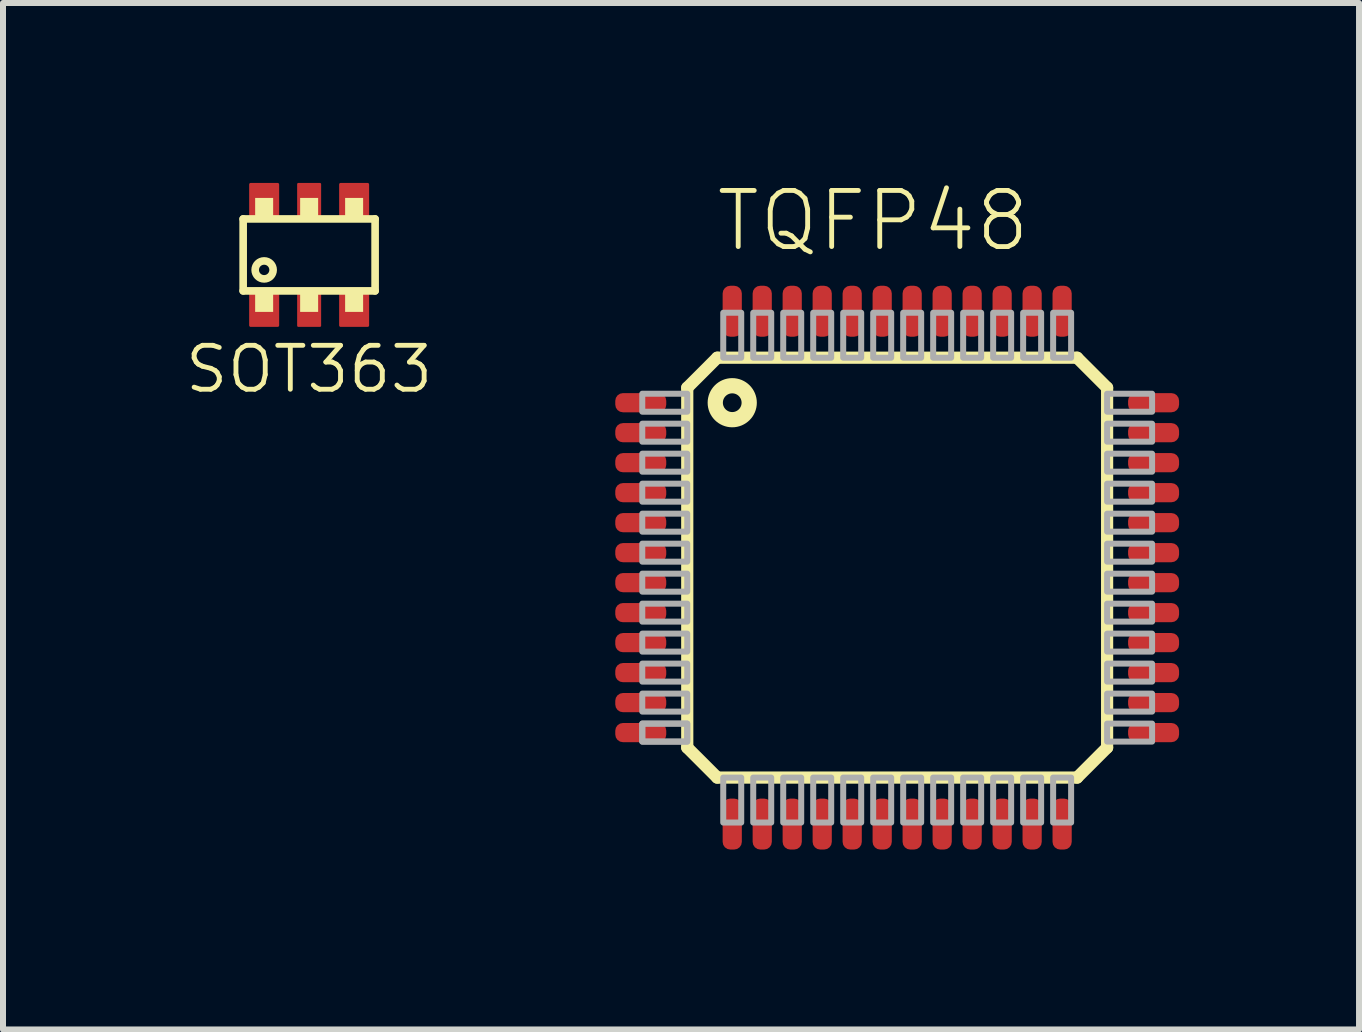
<source format=kicad_pcb>
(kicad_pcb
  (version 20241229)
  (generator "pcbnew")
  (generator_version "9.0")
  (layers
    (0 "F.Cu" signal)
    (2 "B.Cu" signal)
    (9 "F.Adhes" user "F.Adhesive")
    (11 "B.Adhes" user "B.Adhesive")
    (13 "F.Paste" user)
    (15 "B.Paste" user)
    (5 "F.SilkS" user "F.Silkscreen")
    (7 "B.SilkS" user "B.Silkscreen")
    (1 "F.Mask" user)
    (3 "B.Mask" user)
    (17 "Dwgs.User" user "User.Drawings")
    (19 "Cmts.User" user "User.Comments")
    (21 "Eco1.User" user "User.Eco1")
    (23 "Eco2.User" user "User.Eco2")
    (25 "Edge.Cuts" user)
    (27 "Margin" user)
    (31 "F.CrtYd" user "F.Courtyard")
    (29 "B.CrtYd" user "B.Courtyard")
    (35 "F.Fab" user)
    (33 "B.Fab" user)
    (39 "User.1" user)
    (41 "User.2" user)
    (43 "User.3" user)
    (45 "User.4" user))
  (footprint "TQFP48"
    (layer "F.Cu")
    (at 11.908 6.414)
    (property "Reference" "TQFP48" (at -3.06 -5.235 0) (layer "F.SilkS") (effects (font (size 0.935 0.935) (thickness 0.081)) (justify left bottom)))
    (fp_line (start -3.5 -3) (end -3 -3.5) (stroke (width 0.203) (type solid)) (layer "F.SilkS"))
    (fp_line (start -3.5 3) (end -3.5 -3) (stroke (width 0.203) (type solid)) (layer "F.SilkS"))
    (fp_line (start -3 -3.5) (end 3 -3.5) (stroke (width 0.203) (type solid)) (layer "F.SilkS"))
    (fp_line (start -3 3.5) (end -3.5 3) (stroke (width 0.203) (type solid)) (layer "F.SilkS"))
    (fp_line (start 3 -3.5) (end 3.5 -3) (stroke (width 0.203) (type solid)) (layer "F.SilkS"))
    (fp_line (start 3 3.5) (end -3 3.5) (stroke (width 0.203) (type solid)) (layer "F.SilkS"))
    (fp_line (start 3.5 -3) (end 3.5 3) (stroke (width 0.203) (type solid)) (layer "F.SilkS"))
    (fp_line (start 3.5 3) (end 3 3.5) (stroke (width 0.203) (type solid)) (layer "F.SilkS"))
    (fp_circle (center -2.75 -2.75) (end -2.467 -2.75) (stroke (width 0.254) (type solid)) (fill no) (layer "F.SilkS"))
    (fp_poly (pts (xy -4.25 -2.6) (xy -3.5 -2.6) (xy -3.5 -2.9) (xy -4.25 -2.9)) (stroke (width 0.1) (type default)) (fill no) (layer "F.Fab"))
    (fp_poly (pts (xy -4.25 -2.1) (xy -3.5 -2.1) (xy -3.5 -2.4) (xy -4.25 -2.4)) (stroke (width 0.1) (type default)) (fill no) (layer "F.Fab"))
    (fp_poly (pts (xy -4.25 -1.6) (xy -3.5 -1.6) (xy -3.5 -1.9) (xy -4.25 -1.9)) (stroke (width 0.1) (type default)) (fill no) (layer "F.Fab"))
    (fp_poly (pts (xy -4.25 -1.1) (xy -3.5 -1.1) (xy -3.5 -1.4) (xy -4.25 -1.4)) (stroke (width 0.1) (type default)) (fill no) (layer "F.Fab"))
    (fp_poly (pts (xy -4.25 -0.6) (xy -3.5 -0.6) (xy -3.5 -0.9) (xy -4.25 -0.9)) (stroke (width 0.1) (type default)) (fill no) (layer "F.Fab"))
    (fp_poly (pts (xy -4.25 -0.1) (xy -3.5 -0.1) (xy -3.5 -0.4) (xy -4.25 -0.4)) (stroke (width 0.1) (type default)) (fill no) (layer "F.Fab"))
    (fp_poly (pts (xy -4.25 0.4) (xy -3.5 0.4) (xy -3.5 0.1) (xy -4.25 0.1)) (stroke (width 0.1) (type default)) (fill no) (layer "F.Fab"))
    (fp_poly (pts (xy -4.25 0.9) (xy -3.5 0.9) (xy -3.5 0.6) (xy -4.25 0.6)) (stroke (width 0.1) (type default)) (fill no) (layer "F.Fab"))
    (fp_poly (pts (xy -4.25 1.4) (xy -3.5 1.4) (xy -3.5 1.1) (xy -4.25 1.1)) (stroke (width 0.1) (type default)) (fill no) (layer "F.Fab"))
    (fp_poly (pts (xy -4.25 1.9) (xy -3.5 1.9) (xy -3.5 1.6) (xy -4.25 1.6)) (stroke (width 0.1) (type default)) (fill no) (layer "F.Fab"))
    (fp_poly (pts (xy -4.25 2.4) (xy -3.5 2.4) (xy -3.5 2.1) (xy -4.25 2.1)) (stroke (width 0.1) (type default)) (fill no) (layer "F.Fab"))
    (fp_poly (pts (xy -4.25 2.9) (xy -3.5 2.9) (xy -3.5 2.6) (xy -4.25 2.6)) (stroke (width 0.1) (type default)) (fill no) (layer "F.Fab"))
    (fp_poly (pts (xy -4.25 2.9) (xy -3.5 2.9) (xy -3.5 2.6) (xy -4.25 2.6)) (stroke (width 0.1) (type default)) (fill no) (layer "F.Fab"))
    (fp_poly (pts (xy -2.9 -3.5) (xy -2.6 -3.5) (xy -2.6 -4.25) (xy -2.9 -4.25)) (stroke (width 0.1) (type default)) (fill no) (layer "F.Fab"))
    (fp_poly (pts (xy -2.9 4.25) (xy -2.6 4.25) (xy -2.6 3.5) (xy -2.9 3.5)) (stroke (width 0.1) (type default)) (fill no) (layer "F.Fab"))
    (fp_poly (pts (xy -2.4 -3.5) (xy -2.1 -3.5) (xy -2.1 -4.25) (xy -2.4 -4.25)) (stroke (width 0.1) (type default)) (fill no) (layer "F.Fab"))
    (fp_poly (pts (xy -2.4 4.25) (xy -2.1 4.25) (xy -2.1 3.5) (xy -2.4 3.5)) (stroke (width 0.1) (type default)) (fill no) (layer "F.Fab"))
    (fp_poly (pts (xy -1.9 -3.5) (xy -1.6 -3.5) (xy -1.6 -4.25) (xy -1.9 -4.25)) (stroke (width 0.1) (type default)) (fill no) (layer "F.Fab"))
    (fp_poly (pts (xy -1.9 4.25) (xy -1.6 4.25) (xy -1.6 3.5) (xy -1.9 3.5)) (stroke (width 0.1) (type default)) (fill no) (layer "F.Fab"))
    (fp_poly (pts (xy -1.4 -3.5) (xy -1.1 -3.5) (xy -1.1 -4.25) (xy -1.4 -4.25)) (stroke (width 0.1) (type default)) (fill no) (layer "F.Fab"))
    (fp_poly (pts (xy -1.4 4.25) (xy -1.1 4.25) (xy -1.1 3.5) (xy -1.4 3.5)) (stroke (width 0.1) (type default)) (fill no) (layer "F.Fab"))
    (fp_poly (pts (xy -0.9 -3.5) (xy -0.6 -3.5) (xy -0.6 -4.25) (xy -0.9 -4.25)) (stroke (width 0.1) (type default)) (fill no) (layer "F.Fab"))
    (fp_poly (pts (xy -0.9 4.25) (xy -0.6 4.25) (xy -0.6 3.5) (xy -0.9 3.5)) (stroke (width 0.1) (type default)) (fill no) (layer "F.Fab"))
    (fp_poly (pts (xy -0.4 -3.5) (xy -0.1 -3.5) (xy -0.1 -4.25) (xy -0.4 -4.25)) (stroke (width 0.1) (type default)) (fill no) (layer "F.Fab"))
    (fp_poly (pts (xy -0.4 4.25) (xy -0.1 4.25) (xy -0.1 3.5) (xy -0.4 3.5)) (stroke (width 0.1) (type default)) (fill no) (layer "F.Fab"))
    (fp_poly (pts (xy 0.1 -3.5) (xy 0.4 -3.5) (xy 0.4 -4.25) (xy 0.1 -4.25)) (stroke (width 0.1) (type default)) (fill no) (layer "F.Fab"))
    (fp_poly (pts (xy 0.1 4.25) (xy 0.4 4.25) (xy 0.4 3.5) (xy 0.1 3.5)) (stroke (width 0.1) (type default)) (fill no) (layer "F.Fab"))
    (fp_poly (pts (xy 0.6 -3.5) (xy 0.9 -3.5) (xy 0.9 -4.25) (xy 0.6 -4.25)) (stroke (width 0.1) (type default)) (fill no) (layer "F.Fab"))
    (fp_poly (pts (xy 0.6 4.25) (xy 0.9 4.25) (xy 0.9 3.5) (xy 0.6 3.5)) (stroke (width 0.1) (type default)) (fill no) (layer "F.Fab"))
    (fp_poly (pts (xy 1.1 -3.5) (xy 1.4 -3.5) (xy 1.4 -4.25) (xy 1.1 -4.25)) (stroke (width 0.1) (type default)) (fill no) (layer "F.Fab"))
    (fp_poly (pts (xy 1.1 4.25) (xy 1.4 4.25) (xy 1.4 3.5) (xy 1.1 3.5)) (stroke (width 0.1) (type default)) (fill no) (layer "F.Fab"))
    (fp_poly (pts (xy 1.6 -3.5) (xy 1.9 -3.5) (xy 1.9 -4.25) (xy 1.6 -4.25)) (stroke (width 0.1) (type default)) (fill no) (layer "F.Fab"))
    (fp_poly (pts (xy 1.6 4.25) (xy 1.9 4.25) (xy 1.9 3.5) (xy 1.6 3.5)) (stroke (width 0.1) (type default)) (fill no) (layer "F.Fab"))
    (fp_poly (pts (xy 2.1 -3.5) (xy 2.4 -3.5) (xy 2.4 -4.25) (xy 2.1 -4.25)) (stroke (width 0.1) (type default)) (fill no) (layer "F.Fab"))
    (fp_poly (pts (xy 2.1 4.25) (xy 2.4 4.25) (xy 2.4 3.5) (xy 2.1 3.5)) (stroke (width 0.1) (type default)) (fill no) (layer "F.Fab"))
    (fp_poly (pts (xy 2.6 -3.5) (xy 2.9 -3.5) (xy 2.9 -4.25) (xy 2.6 -4.25)) (stroke (width 0.1) (type default)) (fill no) (layer "F.Fab"))
    (fp_poly (pts (xy 2.6 4.25) (xy 2.9 4.25) (xy 2.9 3.5) (xy 2.6 3.5)) (stroke (width 0.1) (type default)) (fill no) (layer "F.Fab"))
    (fp_poly (pts (xy 3.5 -2.6) (xy 4.25 -2.6) (xy 4.25 -2.9) (xy 3.5 -2.9)) (stroke (width 0.1) (type default)) (fill no) (layer "F.Fab"))
    (fp_poly (pts (xy 3.5 -2.1) (xy 4.25 -2.1) (xy 4.25 -2.4) (xy 3.5 -2.4)) (stroke (width 0.1) (type default)) (fill no) (layer "F.Fab"))
    (fp_poly (pts (xy 3.5 -1.6) (xy 4.25 -1.6) (xy 4.25 -1.9) (xy 3.5 -1.9)) (stroke (width 0.1) (type default)) (fill no) (layer "F.Fab"))
    (fp_poly (pts (xy 3.5 -1.1) (xy 4.25 -1.1) (xy 4.25 -1.4) (xy 3.5 -1.4)) (stroke (width 0.1) (type default)) (fill no) (layer "F.Fab"))
    (fp_poly (pts (xy 3.5 -0.6) (xy 4.25 -0.6) (xy 4.25 -0.9) (xy 3.5 -0.9)) (stroke (width 0.1) (type default)) (fill no) (layer "F.Fab"))
    (fp_poly (pts (xy 3.5 -0.1) (xy 4.25 -0.1) (xy 4.25 -0.4) (xy 3.5 -0.4)) (stroke (width 0.1) (type default)) (fill no) (layer "F.Fab"))
    (fp_poly (pts (xy 3.5 0.4) (xy 4.25 0.4) (xy 4.25 0.1) (xy 3.5 0.1)) (stroke (width 0.1) (type default)) (fill no) (layer "F.Fab"))
    (fp_poly (pts (xy 3.5 0.9) (xy 4.25 0.9) (xy 4.25 0.6) (xy 3.5 0.6)) (stroke (width 0.1) (type default)) (fill no) (layer "F.Fab"))
    (fp_poly (pts (xy 3.5 1.4) (xy 4.25 1.4) (xy 4.25 1.1) (xy 3.5 1.1)) (stroke (width 0.1) (type default)) (fill no) (layer "F.Fab"))
    (fp_poly (pts (xy 3.5 1.9) (xy 4.25 1.9) (xy 4.25 1.6) (xy 3.5 1.6)) (stroke (width 0.1) (type default)) (fill no) (layer "F.Fab"))
    (fp_poly (pts (xy 3.5 2.4) (xy 4.25 2.4) (xy 4.25 2.1) (xy 3.5 2.1)) (stroke (width 0.1) (type default)) (fill no) (layer "F.Fab"))
    (fp_poly (pts (xy 3.5 2.9) (xy 4.25 2.9) (xy 4.25 2.6) (xy 3.5 2.6)) (stroke (width 0.1) (type default)) (fill no) (layer "F.Fab"))
    (pad "1" smd roundrect (at -4.275 -2.75) (size 0.85 0.32) (layers "F.Cu" "F.Mask" "F.Paste") (roundrect_rratio 0.4))
    (pad "2" smd roundrect (at -4.275 -2.25) (size 0.85 0.32) (layers "F.Cu" "F.Mask" "F.Paste") (roundrect_rratio 0.4))
    (pad "3" smd roundrect (at -4.275 -1.75) (size 0.85 0.32) (layers "F.Cu" "F.Mask" "F.Paste") (roundrect_rratio 0.4))
    (pad "4" smd roundrect (at -4.275 -1.25) (size 0.85 0.32) (layers "F.Cu" "F.Mask" "F.Paste") (roundrect_rratio 0.4))
    (pad "5" smd roundrect (at -4.275 -0.75) (size 0.85 0.32) (layers "F.Cu" "F.Mask" "F.Paste") (roundrect_rratio 0.4))
    (pad "6" smd roundrect (at -4.275 -0.25) (size 0.85 0.32) (layers "F.Cu" "F.Mask" "F.Paste") (roundrect_rratio 0.4))
    (pad "7" smd roundrect (at -4.275 0.25) (size 0.85 0.32) (layers "F.Cu" "F.Mask" "F.Paste") (roundrect_rratio 0.4))
    (pad "8" smd roundrect (at -4.275 0.75) (size 0.85 0.32) (layers "F.Cu" "F.Mask" "F.Paste") (roundrect_rratio 0.4))
    (pad "9" smd roundrect (at -4.275 1.25) (size 0.85 0.32) (layers "F.Cu" "F.Mask" "F.Paste") (roundrect_rratio 0.4))
    (pad "10" smd roundrect (at -4.275 1.75) (size 0.85 0.32) (layers "F.Cu" "F.Mask" "F.Paste") (roundrect_rratio 0.4))
    (pad "11" smd roundrect (at -4.275 2.25) (size 0.85 0.32) (layers "F.Cu" "F.Mask" "F.Paste") (roundrect_rratio 0.4))
    (pad "12" smd roundrect (at -4.275 2.75) (size 0.85 0.32) (layers "F.Cu" "F.Mask" "F.Paste") (roundrect_rratio 0.4))
    (pad "13" smd roundrect (at -2.75 4.275 90) (size 0.85 0.32) (layers "F.Cu" "F.Mask" "F.Paste") (roundrect_rratio 0.4))
    (pad "14" smd roundrect (at -2.25 4.275 90) (size 0.85 0.32) (layers "F.Cu" "F.Mask" "F.Paste") (roundrect_rratio 0.4))
    (pad "15" smd roundrect (at -1.75 4.275 90) (size 0.85 0.32) (layers "F.Cu" "F.Mask" "F.Paste") (roundrect_rratio 0.4))
    (pad "16" smd roundrect (at -1.25 4.275 90) (size 0.85 0.32) (layers "F.Cu" "F.Mask" "F.Paste") (roundrect_rratio 0.4))
    (pad "17" smd roundrect (at -0.75 4.275 90) (size 0.85 0.32) (layers "F.Cu" "F.Mask" "F.Paste") (roundrect_rratio 0.4))
    (pad "18" smd roundrect (at -0.25 4.275 90) (size 0.85 0.32) (layers "F.Cu" "F.Mask" "F.Paste") (roundrect_rratio 0.4))
    (pad "19" smd roundrect (at 0.25 4.275 90) (size 0.85 0.32) (layers "F.Cu" "F.Mask" "F.Paste") (roundrect_rratio 0.4))
    (pad "20" smd roundrect (at 0.75 4.275 90) (size 0.85 0.32) (layers "F.Cu" "F.Mask" "F.Paste") (roundrect_rratio 0.4))
    (pad "21" smd roundrect (at 1.25 4.275 90) (size 0.85 0.32) (layers "F.Cu" "F.Mask" "F.Paste") (roundrect_rratio 0.4))
    (pad "22" smd roundrect (at 1.75 4.275 90) (size 0.85 0.32) (layers "F.Cu" "F.Mask" "F.Paste") (roundrect_rratio 0.4))
    (pad "23" smd roundrect (at 2.25 4.275 90) (size 0.85 0.32) (layers "F.Cu" "F.Mask" "F.Paste") (roundrect_rratio 0.4))
    (pad "24" smd roundrect (at 2.75 4.275 90) (size 0.85 0.32) (layers "F.Cu" "F.Mask" "F.Paste") (roundrect_rratio 0.4))
    (pad "25" smd roundrect (at 4.275 2.75) (size 0.85 0.32) (layers "F.Cu" "F.Mask" "F.Paste") (roundrect_rratio 0.4))
    (pad "26" smd roundrect (at 4.275 2.25) (size 0.85 0.32) (layers "F.Cu" "F.Mask" "F.Paste") (roundrect_rratio 0.4))
    (pad "27" smd roundrect (at 4.275 1.75) (size 0.85 0.32) (layers "F.Cu" "F.Mask" "F.Paste") (roundrect_rratio 0.4))
    (pad "28" smd roundrect (at 4.275 1.25) (size 0.85 0.32) (layers "F.Cu" "F.Mask" "F.Paste") (roundrect_rratio 0.4))
    (pad "29" smd roundrect (at 4.275 0.75) (size 0.85 0.32) (layers "F.Cu" "F.Mask" "F.Paste") (roundrect_rratio 0.4))
    (pad "30" smd roundrect (at 4.275 0.25) (size 0.85 0.32) (layers "F.Cu" "F.Mask" "F.Paste") (roundrect_rratio 0.4))
    (pad "31" smd roundrect (at 4.275 -0.25) (size 0.85 0.32) (layers "F.Cu" "F.Mask" "F.Paste") (roundrect_rratio 0.4))
    (pad "32" smd roundrect (at 4.275 -0.75) (size 0.85 0.32) (layers "F.Cu" "F.Mask" "F.Paste") (roundrect_rratio 0.4))
    (pad "33" smd roundrect (at 4.275 -1.25) (size 0.85 0.32) (layers "F.Cu" "F.Mask" "F.Paste") (roundrect_rratio 0.4))
    (pad "34" smd roundrect (at 4.275 -1.75) (size 0.85 0.32) (layers "F.Cu" "F.Mask" "F.Paste") (roundrect_rratio 0.4))
    (pad "35" smd roundrect (at 4.275 -2.25) (size 0.85 0.32) (layers "F.Cu" "F.Mask" "F.Paste") (roundrect_rratio 0.4))
    (pad "36" smd roundrect (at 4.275 -2.75) (size 0.85 0.32) (layers "F.Cu" "F.Mask" "F.Paste") (roundrect_rratio 0.4))
    (pad "37" smd roundrect (at 2.75 -4.275 90) (size 0.85 0.32) (layers "F.Cu" "F.Mask" "F.Paste") (roundrect_rratio 0.4))
    (pad "38" smd roundrect (at 2.25 -4.275 90) (size 0.85 0.32) (layers "F.Cu" "F.Mask" "F.Paste") (roundrect_rratio 0.4))
    (pad "39" smd roundrect (at 1.75 -4.275 90) (size 0.85 0.32) (layers "F.Cu" "F.Mask" "F.Paste") (roundrect_rratio 0.4))
    (pad "40" smd roundrect (at 1.25 -4.275 90) (size 0.85 0.32) (layers "F.Cu" "F.Mask" "F.Paste") (roundrect_rratio 0.4))
    (pad "41" smd roundrect (at 0.75 -4.275 90) (size 0.85 0.32) (layers "F.Cu" "F.Mask" "F.Paste") (roundrect_rratio 0.4))
    (pad "42" smd roundrect (at 0.25 -4.275 90) (size 0.85 0.32) (layers "F.Cu" "F.Mask" "F.Paste") (roundrect_rratio 0.4))
    (pad "43" smd roundrect (at -0.25 -4.275 90) (size 0.85 0.32) (layers "F.Cu" "F.Mask" "F.Paste") (roundrect_rratio 0.4))
    (pad "44" smd roundrect (at -0.75 -4.275 90) (size 0.85 0.32) (layers "F.Cu" "F.Mask" "F.Paste") (roundrect_rratio 0.4))
    (pad "45" smd roundrect (at -1.25 -4.275 90) (size 0.85 0.32) (layers "F.Cu" "F.Mask" "F.Paste") (roundrect_rratio 0.4))
    (pad "46" smd roundrect (at -1.75 -4.275 90) (size 0.85 0.32) (layers "F.Cu" "F.Mask" "F.Paste") (roundrect_rratio 0.4))
    (pad "47" smd roundrect (at -2.25 -4.275 90) (size 0.85 0.32) (layers "F.Cu" "F.Mask" "F.Paste") (roundrect_rratio 0.4))
    (pad "48" smd roundrect (at -2.75 -4.275 90) (size 0.85 0.32) (layers "F.Cu" "F.Mask" "F.Paste") (roundrect_rratio 0.4)))
  (footprint "SOT363"
    (layer "F.Cu")
    (at 2.104 1.2)
    (property "Reference" "SOT363" (at 0 1.905 0) (layer "F.SilkS") (effects (font (size 0.732 0.732) (thickness 0.081))))
    (fp_line (start -1.1 -0.6) (end 1.1 -0.6) (stroke (width 0.127) (type solid)) (layer "F.SilkS"))
    (fp_line (start -1.1 0.6) (end -1.1 -0.6) (stroke (width 0.127) (type solid)) (layer "F.SilkS"))
    (fp_line (start 1.1 -0.6) (end 1.1 0.6) (stroke (width 0.127) (type solid)) (layer "F.SilkS"))
    (fp_line (start 1.1 0.6) (end -1.1 0.6) (stroke (width 0.127) (type solid)) (layer "F.SilkS"))
    (fp_circle (center -0.75 0.25) (end -0.6 0.25) (stroke (width 0.127) (type solid)) (fill no) (layer "F.SilkS"))
    (fp_poly (pts (xy -0.6 -0.55) (xy -0.6 -0.95) (xy -0.9 -0.95) (xy -0.9 -0.55)) (stroke (width 0) (type default)) (fill yes) (layer "F.SilkS"))
    (fp_poly (pts (xy -0.6 0.95) (xy -0.6 0.55) (xy -0.9 0.55) (xy -0.9 0.95)) (stroke (width 0) (type default)) (fill yes) (layer "F.SilkS"))
    (fp_poly (pts (xy 0.15 -0.55) (xy 0.15 -0.95) (xy -0.15 -0.95) (xy -0.15 -0.55)) (stroke (width 0) (type default)) (fill yes) (layer "F.SilkS"))
    (fp_poly (pts (xy 0.15 0.95) (xy 0.15 0.55) (xy -0.15 0.55) (xy -0.15 0.95)) (stroke (width 0) (type default)) (fill yes) (layer "F.SilkS"))
    (fp_poly (pts (xy 0.9 -0.55) (xy 0.9 -0.95) (xy 0.6 -0.95) (xy 0.6 -0.55)) (stroke (width 0) (type default)) (fill yes) (layer "F.SilkS"))
    (fp_poly (pts (xy 0.9 0.95) (xy 0.9 0.55) (xy 0.6 0.55) (xy 0.6 0.95)) (stroke (width 0) (type default)) (fill yes) (layer "F.SilkS"))
    (pad "1" smd roundrect (at -0.75 0.9) (size 0.5 0.6) (layers "F.Cu" "F.Mask" "F.Paste") (roundrect_rratio 0.05))
    (pad "2" smd roundrect (at 0 0.9) (size 0.4 0.6) (layers "F.Cu" "F.Mask" "F.Paste") (roundrect_rratio 0.05))
    (pad "3" smd roundrect (at 0.75 0.9) (size 0.5 0.6) (layers "F.Cu" "F.Mask" "F.Paste") (roundrect_rratio 0.05))
    (pad "4" smd roundrect (at 0.75 -0.9) (size 0.5 0.6) (layers "F.Cu" "F.Mask" "F.Paste") (roundrect_rratio 0.05))
    (pad "5" smd roundrect (at 0 -0.9) (size 0.4 0.6) (layers "F.Cu" "F.Mask" "F.Paste") (roundrect_rratio 0.05))
    (pad "6" smd roundrect (at -0.75 -0.9) (size 0.5 0.6) (layers "F.Cu" "F.Mask" "F.Paste") (roundrect_rratio 0.05)))
  (gr_rect
    (start -3 -3)
    (end 19.608 14.114)
    (stroke (width 0.1) (type default))
    (fill no)
    (layer "Edge.Cuts")))
</source>
